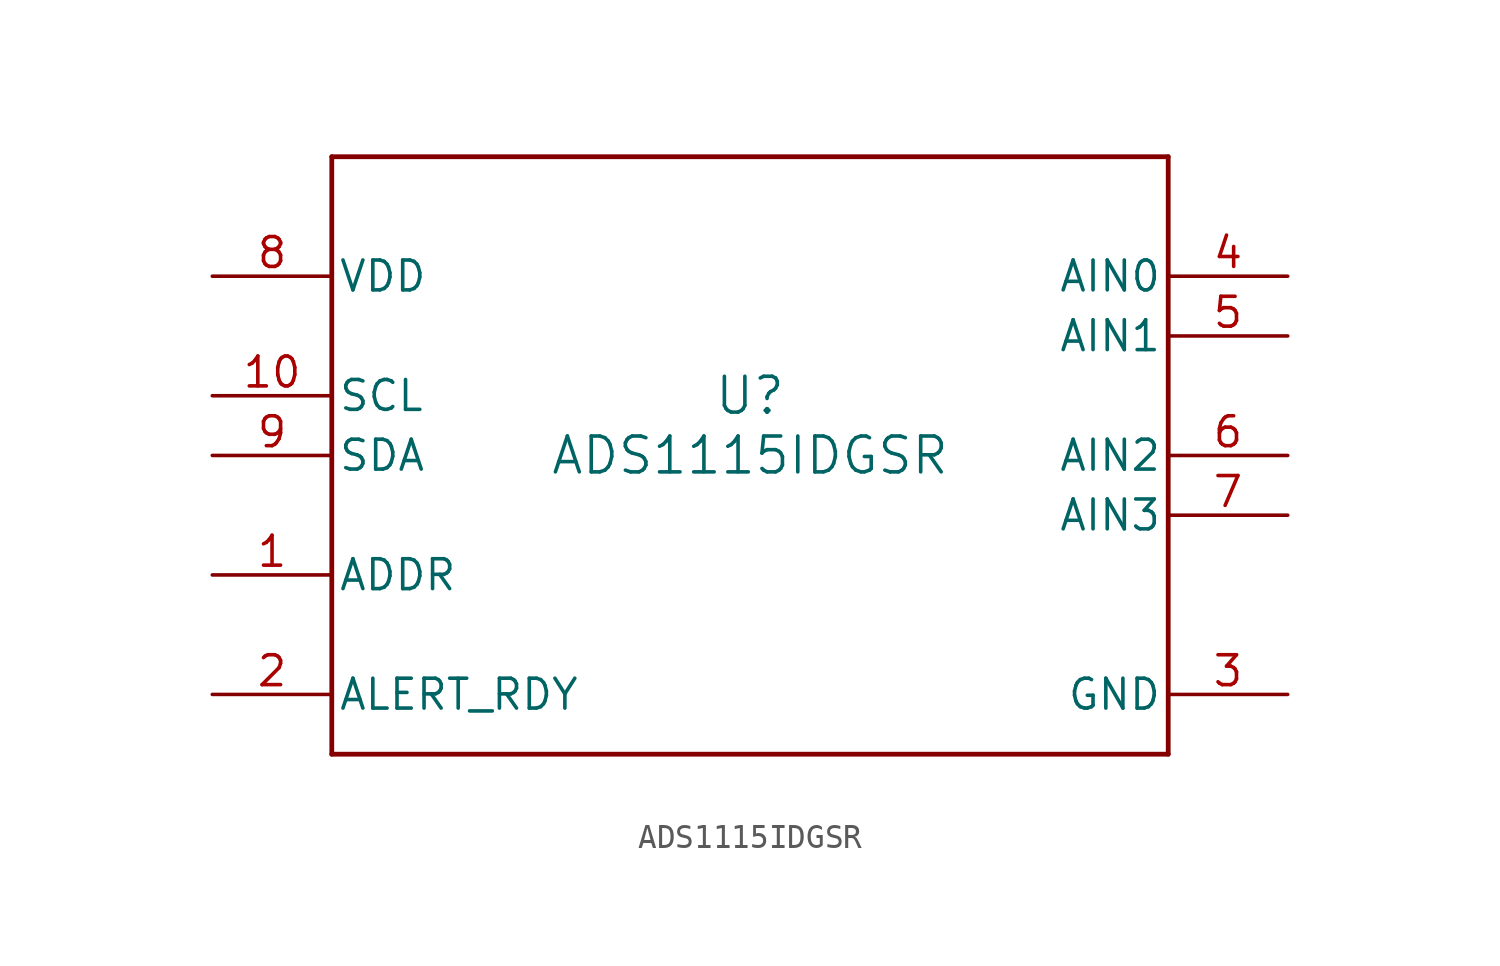
<source format=kicad_sym>
(kicad_symbol_lib
  (version 20211014)
  (generator kicad_symbol_editor)
  (symbol "ADS1115IDGSR"
    (pin_names
      (offset 0.254))
    (property "Reference" "U"
      (at 0 2.54 0)
      (effects (font (size 1.524 1.524))))
    (property "Value" "ADS1115IDGSR"
      (at 0 0 0)
      (effects (font (size 1.524 1.524))))
    (symbol "ADS1115IDGSR_0_1"
      (polyline (pts (xy -17.78 -12.7) (xy 17.78 -12.7)) (stroke (width 0.203) (type default) (color 0 0 0 0)) (fill (type none)))
      (polyline (pts (xy 17.78 -12.7) (xy 17.78 12.7)) (stroke (width 0.203) (type default) (color 0 0 0 0)) (fill (type none)))
      (polyline (pts (xy 17.78 12.7) (xy -17.78 12.7)) (stroke (width 0.203) (type default) (color 0 0 0 0)) (fill (type none)))
      (polyline (pts (xy -17.78 12.7) (xy -17.78 -12.7)) (stroke (width 0.203) (type default) (color 0 0 0 0)) (fill (type none)))
      (pin input line (at -22.86 -5.08 0) (length 5.08) (name "ADDR" (effects (font (size 1.27 1.27)))) (number "1" (effects (font (size 1.27 1.27)))))
      (pin output line (at -22.86 -10.16 0) (length 5.08) (name "ALERT_RDY" (effects (font (size 1.27 1.27)))) (number "2" (effects (font (size 1.27 1.27)))))
      (pin power_in line (at 22.86 -10.16 180) (length 5.08) (name "GND" (effects (font (size 1.27 1.27)))) (number "3" (effects (font (size 1.27 1.27)))))
      (pin input line (at 22.86 7.62 180) (length 5.08) (name "AIN0" (effects (font (size 1.27 1.27)))) (number "4" (effects (font (size 1.27 1.27)))))
      (pin input line (at 22.86 5.08 180) (length 5.08) (name "AIN1" (effects (font (size 1.27 1.27)))) (number "5" (effects (font (size 1.27 1.27)))))
      (pin input line (at 22.86 0 180) (length 5.08) (name "AIN2" (effects (font (size 1.27 1.27)))) (number "6" (effects (font (size 1.27 1.27)))))
      (pin input line (at 22.86 -2.54 180) (length 5.08) (name "AIN3" (effects (font (size 1.27 1.27)))) (number "7" (effects (font (size 1.27 1.27)))))
      (pin power_in line (at -22.86 7.62 0) (length 5.08) (name "VDD" (effects (font (size 1.27 1.27)))) (number "8" (effects (font (size 1.27 1.27)))))
      (pin bidirectional line (at -22.86 0 0) (length 5.08) (name "SDA" (effects (font (size 1.27 1.27)))) (number "9" (effects (font (size 1.27 1.27)))))
      (pin input line (at -22.86 2.54 0) (length 5.08) (name "SCL" (effects (font (size 1.27 1.27)))) (number "10" (effects (font (size 1.27 1.27))))))))
</source>
